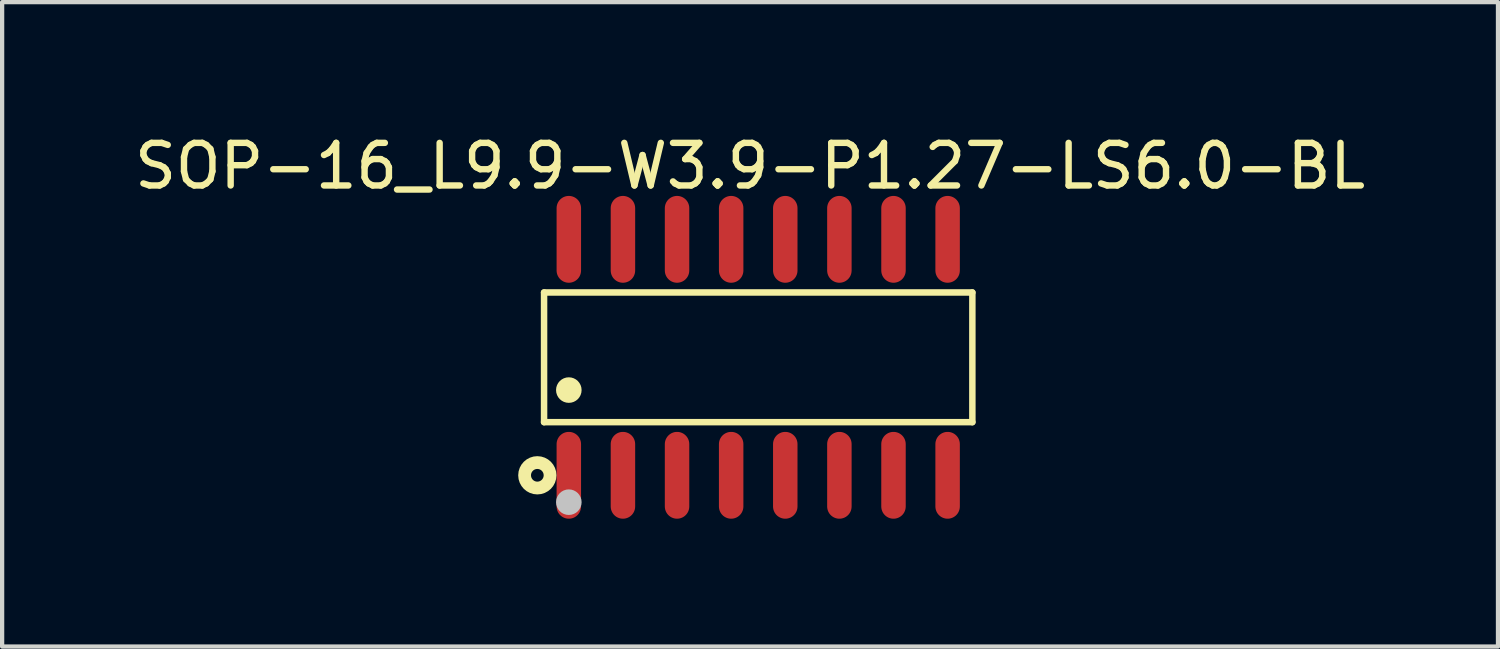
<source format=kicad_pcb>
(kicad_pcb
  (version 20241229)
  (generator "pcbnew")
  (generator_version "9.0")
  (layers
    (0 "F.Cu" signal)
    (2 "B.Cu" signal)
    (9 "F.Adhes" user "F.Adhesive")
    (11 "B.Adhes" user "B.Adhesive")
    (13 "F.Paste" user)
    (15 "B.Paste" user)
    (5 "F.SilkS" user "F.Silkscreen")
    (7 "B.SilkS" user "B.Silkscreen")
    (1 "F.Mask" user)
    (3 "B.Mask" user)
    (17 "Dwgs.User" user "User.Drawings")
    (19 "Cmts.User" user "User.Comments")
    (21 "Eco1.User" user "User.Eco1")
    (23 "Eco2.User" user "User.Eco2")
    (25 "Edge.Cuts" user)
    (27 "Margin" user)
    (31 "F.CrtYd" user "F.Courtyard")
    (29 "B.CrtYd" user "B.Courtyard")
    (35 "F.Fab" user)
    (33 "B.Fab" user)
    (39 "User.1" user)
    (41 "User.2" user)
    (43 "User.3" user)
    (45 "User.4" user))
  (footprint "SOP-16_L9.9-W3.9-P1.27-LS6.0-BL"
    (layer "F.Cu")
    (at 14.745 5.336)
    (property "Reference" "SOP-16_L9.9-W3.9-P1.27-LS6.0-BL" (at -0.191 -4.488 0) (unlocked yes) (layer "F.SilkS") (effects (font (size 1 1) (thickness 0.15))))
    (fp_line (start -5.026 -1.522) (end 5.026 -1.522) (stroke (width 0.152) (type default)) (layer "F.SilkS"))
    (fp_line (start -5.026 1.522) (end -5.026 -1.522) (stroke (width 0.152) (type default)) (layer "F.SilkS"))
    (fp_line (start 5.026 -1.522) (end 5.026 1.522) (stroke (width 0.152) (type default)) (layer "F.SilkS"))
    (fp_line (start 5.026 1.522) (end -5.026 1.522) (stroke (width 0.152) (type default)) (layer "F.SilkS"))
    (fp_circle (center -5.184 2.769) (end -5.035 2.769) (stroke (width 0.3) (type default)) (fill no) (layer "F.SilkS"))
    (fp_circle (center -4.445 0.769) (end -4.295 0.769) (stroke (width 0.3) (type default)) (fill no) (layer "F.SilkS"))
    (fp_circle (center -4.445 3.4) (end -4.295 3.4) (stroke (width 0.3) (type default)) (fill no) (layer "Dwgs.User"))
    (fp_poly (pts (xy -4.66 -2.35) (xy -4.66 -3) (xy -4.23 -3) (xy -4.23 -2.35)) (stroke (width 0.1) (type default)) (fill no) (layer "User.1"))
    (fp_poly (pts (xy -4.66 -1.94) (xy -4.66 -2.36) (xy -4.23 -2.36) (xy -4.23 -1.94)) (stroke (width 0.1) (type default)) (fill no) (layer "User.1"))
    (fp_poly (pts (xy -4.66 2.36) (xy -4.66 1.94) (xy -4.23 1.94) (xy -4.23 2.36)) (stroke (width 0.1) (type default)) (fill no) (layer "User.1"))
    (fp_poly (pts (xy -4.66 3) (xy -4.66 2.35) (xy -4.23 2.35) (xy -4.23 3)) (stroke (width 0.1) (type default)) (fill no) (layer "User.1"))
    (fp_poly (pts (xy -3.39 -2.35) (xy -3.39 -3) (xy -2.96 -3) (xy -2.96 -2.35)) (stroke (width 0.1) (type default)) (fill no) (layer "User.1"))
    (fp_poly (pts (xy -3.39 -1.94) (xy -3.39 -2.36) (xy -2.96 -2.36) (xy -2.96 -1.94)) (stroke (width 0.1) (type default)) (fill no) (layer "User.1"))
    (fp_poly (pts (xy -3.39 2.36) (xy -3.39 1.94) (xy -2.96 1.94) (xy -2.96 2.36)) (stroke (width 0.1) (type default)) (fill no) (layer "User.1"))
    (fp_poly (pts (xy -3.39 3) (xy -3.39 2.35) (xy -2.96 2.35) (xy -2.96 3)) (stroke (width 0.1) (type default)) (fill no) (layer "User.1"))
    (fp_poly (pts (xy -2.12 -2.35) (xy -2.12 -3) (xy -1.69 -3) (xy -1.69 -2.35)) (stroke (width 0.1) (type default)) (fill no) (layer "User.1"))
    (fp_poly (pts (xy -2.12 -1.94) (xy -2.12 -2.36) (xy -1.69 -2.36) (xy -1.69 -1.94)) (stroke (width 0.1) (type default)) (fill no) (layer "User.1"))
    (fp_poly (pts (xy -2.12 2.36) (xy -2.12 1.94) (xy -1.69 1.94) (xy -1.69 2.36)) (stroke (width 0.1) (type default)) (fill no) (layer "User.1"))
    (fp_poly (pts (xy -2.12 3) (xy -2.12 2.35) (xy -1.69 2.35) (xy -1.69 3)) (stroke (width 0.1) (type default)) (fill no) (layer "User.1"))
    (fp_poly (pts (xy -0.85 -2.35) (xy -0.85 -3) (xy -0.42 -3) (xy -0.42 -2.35)) (stroke (width 0.1) (type default)) (fill no) (layer "User.1"))
    (fp_poly (pts (xy -0.85 -1.94) (xy -0.85 -2.36) (xy -0.42 -2.36) (xy -0.42 -1.94)) (stroke (width 0.1) (type default)) (fill no) (layer "User.1"))
    (fp_poly (pts (xy -0.85 2.36) (xy -0.85 1.94) (xy -0.42 1.94) (xy -0.42 2.36)) (stroke (width 0.1) (type default)) (fill no) (layer "User.1"))
    (fp_poly (pts (xy -0.85 3) (xy -0.85 2.35) (xy -0.42 2.35) (xy -0.42 3)) (stroke (width 0.1) (type default)) (fill no) (layer "User.1"))
    (fp_poly (pts (xy 0.42 -2.35) (xy 0.42 -3) (xy 0.85 -3) (xy 0.85 -2.35)) (stroke (width 0.1) (type default)) (fill no) (layer "User.1"))
    (fp_poly (pts (xy 0.42 -1.94) (xy 0.42 -2.36) (xy 0.85 -2.36) (xy 0.85 -1.94)) (stroke (width 0.1) (type default)) (fill no) (layer "User.1"))
    (fp_poly (pts (xy 0.42 2.36) (xy 0.42 1.94) (xy 0.85 1.94) (xy 0.85 2.36)) (stroke (width 0.1) (type default)) (fill no) (layer "User.1"))
    (fp_poly (pts (xy 0.42 3) (xy 0.42 2.35) (xy 0.85 2.35) (xy 0.85 3)) (stroke (width 0.1) (type default)) (fill no) (layer "User.1"))
    (fp_poly (pts (xy 1.69 -2.35) (xy 1.69 -3) (xy 2.12 -3) (xy 2.12 -2.35)) (stroke (width 0.1) (type default)) (fill no) (layer "User.1"))
    (fp_poly (pts (xy 1.69 -1.94) (xy 1.69 -2.36) (xy 2.12 -2.36) (xy 2.12 -1.94)) (stroke (width 0.1) (type default)) (fill no) (layer "User.1"))
    (fp_poly (pts (xy 1.69 2.36) (xy 1.69 1.94) (xy 2.12 1.94) (xy 2.12 2.36)) (stroke (width 0.1) (type default)) (fill no) (layer "User.1"))
    (fp_poly (pts (xy 1.69 3) (xy 1.69 2.35) (xy 2.12 2.35) (xy 2.12 3)) (stroke (width 0.1) (type default)) (fill no) (layer "User.1"))
    (fp_poly (pts (xy 2.96 -2.35) (xy 2.96 -3) (xy 3.39 -3) (xy 3.39 -2.35)) (stroke (width 0.1) (type default)) (fill no) (layer "User.1"))
    (fp_poly (pts (xy 2.96 -1.94) (xy 2.96 -2.36) (xy 3.39 -2.36) (xy 3.39 -1.94)) (stroke (width 0.1) (type default)) (fill no) (layer "User.1"))
    (fp_poly (pts (xy 2.96 2.36) (xy 2.96 1.94) (xy 3.39 1.94) (xy 3.39 2.36)) (stroke (width 0.1) (type default)) (fill no) (layer "User.1"))
    (fp_poly (pts (xy 2.96 3) (xy 2.96 2.35) (xy 3.39 2.35) (xy 3.39 3)) (stroke (width 0.1) (type default)) (fill no) (layer "User.1"))
    (fp_poly (pts (xy 4.23 -2.35) (xy 4.23 -3) (xy 4.66 -3) (xy 4.66 -2.35)) (stroke (width 0.1) (type default)) (fill no) (layer "User.1"))
    (fp_poly (pts (xy 4.23 -1.94) (xy 4.23 -2.36) (xy 4.66 -2.36) (xy 4.66 -1.94)) (stroke (width 0.1) (type default)) (fill no) (layer "User.1"))
    (fp_poly (pts (xy 4.23 2.36) (xy 4.23 1.94) (xy 4.66 1.94) (xy 4.66 2.36)) (stroke (width 0.1) (type default)) (fill no) (layer "User.1"))
    (fp_poly (pts (xy 4.23 3) (xy 4.23 2.35) (xy 4.66 2.35) (xy 4.66 3)) (stroke (width 0.1) (type default)) (fill no) (layer "User.1"))
    (fp_line (start -4.95 -1.95) (end 4.95 -1.95) (stroke (width 0.051) (type default)) (layer "User.2"))
    (fp_line (start -4.95 1.95) (end -4.95 -1.95) (stroke (width 0.051) (type default)) (layer "User.2"))
    (fp_line (start 4.95 -1.95) (end 4.95 1.95) (stroke (width 0.051) (type default)) (layer "User.2"))
    (fp_line (start 4.95 1.95) (end -4.95 1.95) (stroke (width 0.051) (type default)) (layer "User.2"))
    (fp_poly (pts (xy -4.89 3) (xy -4.908 2.958) (xy -4.95 2.94) (xy -4.992 2.958) (xy -5.01 3) (xy -4.992 3.042) (xy -4.95 3.06) (xy -4.908 3.042)) (stroke (width 0.1) (type default)) (fill no) (layer "User.3"))
    (pad "1" smd oval (at -4.445 2.769) (size 0.574 2.038) (layers "F.Cu" "F.Mask" "F.Paste"))
    (pad "2" smd oval (at -3.175 2.769) (size 0.574 2.038) (layers "F.Cu" "F.Mask" "F.Paste"))
    (pad "3" smd oval (at -1.905 2.769) (size 0.574 2.038) (layers "F.Cu" "F.Mask" "F.Paste"))
    (pad "4" smd oval (at -0.635 2.769) (size 0.574 2.038) (layers "F.Cu" "F.Mask" "F.Paste"))
    (pad "5" smd oval (at 0.635 2.769) (size 0.574 2.038) (layers "F.Cu" "F.Mask" "F.Paste"))
    (pad "6" smd oval (at 1.905 2.769) (size 0.574 2.038) (layers "F.Cu" "F.Mask" "F.Paste"))
    (pad "7" smd oval (at 3.175 2.769) (size 0.574 2.038) (layers "F.Cu" "F.Mask" "F.Paste"))
    (pad "8" smd oval (at 4.445 2.769) (size 0.574 2.038) (layers "F.Cu" "F.Mask" "F.Paste"))
    (pad "9" smd oval (at 4.445 -2.769) (size 0.574 2.038) (layers "F.Cu" "F.Mask" "F.Paste"))
    (pad "10" smd oval (at 3.175 -2.769) (size 0.574 2.038) (layers "F.Cu" "F.Mask" "F.Paste"))
    (pad "11" smd oval (at 1.905 -2.769) (size 0.574 2.038) (layers "F.Cu" "F.Mask" "F.Paste"))
    (pad "12" smd oval (at 0.635 -2.769) (size 0.574 2.038) (layers "F.Cu" "F.Mask" "F.Paste"))
    (pad "13" smd oval (at -0.635 -2.769) (size 0.574 2.038) (layers "F.Cu" "F.Mask" "F.Paste"))
    (pad "14" smd oval (at -1.905 -2.769) (size 0.574 2.038) (layers "F.Cu" "F.Mask" "F.Paste"))
    (pad "15" smd oval (at -3.175 -2.769) (size 0.574 2.038) (layers "F.Cu" "F.Mask" "F.Paste"))
    (pad "16" smd oval (at -4.445 -2.769) (size 0.574 2.038) (layers "F.Cu" "F.Mask" "F.Paste")))
  (gr_rect
    (start -3 -3)
    (end 32.107 12.124)
    (stroke (width 0.1) (type default))
    (fill no)
    (layer "Edge.Cuts")))
</source>
